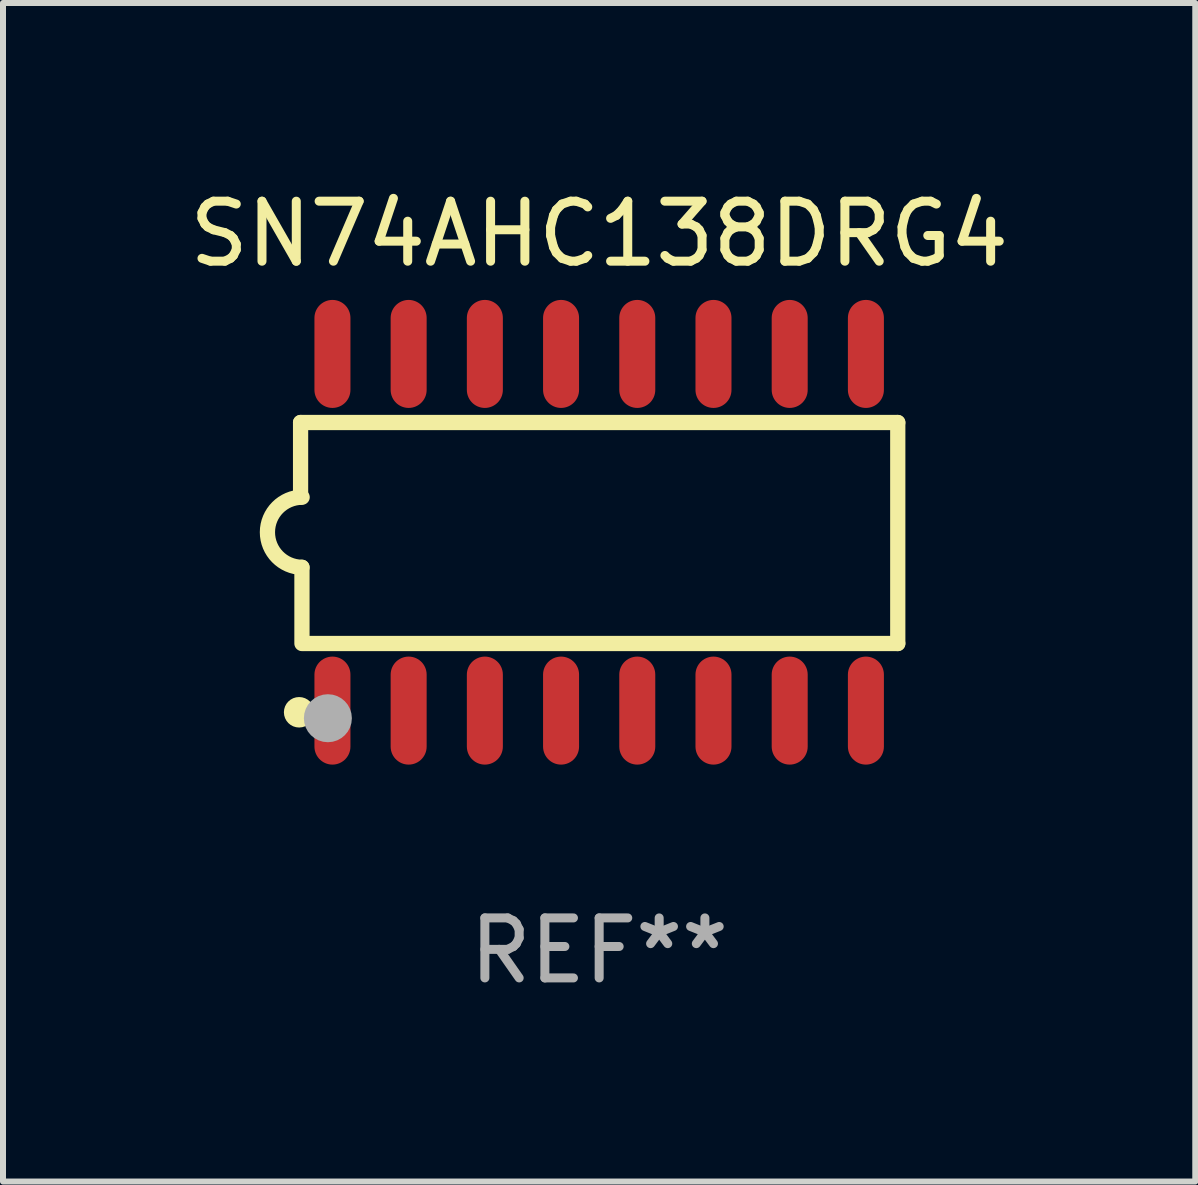
<source format=kicad_pcb>
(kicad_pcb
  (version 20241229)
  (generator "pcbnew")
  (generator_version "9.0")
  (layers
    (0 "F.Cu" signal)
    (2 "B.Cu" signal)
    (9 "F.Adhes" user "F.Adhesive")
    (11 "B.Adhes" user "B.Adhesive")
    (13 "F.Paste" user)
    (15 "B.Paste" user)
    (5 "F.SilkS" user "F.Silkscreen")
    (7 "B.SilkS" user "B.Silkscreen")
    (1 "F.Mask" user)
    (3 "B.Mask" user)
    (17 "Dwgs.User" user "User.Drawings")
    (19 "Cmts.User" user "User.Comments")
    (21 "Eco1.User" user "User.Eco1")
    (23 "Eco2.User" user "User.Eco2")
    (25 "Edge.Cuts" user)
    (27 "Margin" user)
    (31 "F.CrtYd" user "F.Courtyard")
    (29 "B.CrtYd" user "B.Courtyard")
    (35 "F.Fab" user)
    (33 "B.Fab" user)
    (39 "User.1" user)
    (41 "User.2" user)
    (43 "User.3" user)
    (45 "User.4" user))
  (footprint "SN74AHC138DRG4"
    (layer "F.Cu")
    (at 6.935 5.82)
    (property "Reference" "SN74AHC138DRG4" (at 0 -4.972 0) (layer "F.SilkS") (effects (font (size 1 1) (thickness 0.15))))
    (attr through_hole)
    (fp_line (start -4.976 -1.829) (end -4.976 -0.584) (stroke (width 0.254) (type solid)) (layer "F.SilkS"))
    (fp_line (start -4.953 0.584) (end -4.953 1.854) (stroke (width 0.254) (type solid)) (layer "F.SilkS"))
    (fp_line (start -4.928 1.854) (end 4.976 1.854) (stroke (width 0.254) (type solid)) (layer "F.SilkS"))
    (fp_line (start 4.976 -1.829) (end -4.976 -1.829) (stroke (width 0.254) (type solid)) (layer "F.SilkS"))
    (fp_line (start 4.976 1.854) (end 4.976 -1.829) (stroke (width 0.254) (type solid)) (layer "F.SilkS"))
    (fp_arc (start -4.95301 0.584201) (mid -5.533866 -0.00152) (end -4.950088 -0.584329) (stroke (width 0.254001) (type solid)) (layer "F.SilkS"))
    (fp_circle (center -5 3) (end -4.873 3) (stroke (width 0.254) (type solid)) (fill no) (layer "F.SilkS"))
    (fp_circle (center -4.521 3.099) (end -4.321 3.099) (stroke (width 0.4) (type solid)) (fill no) (layer "F.Fab"))
    (fp_text user "REF**" (at 0 6.972 0) (layer "F.Fab") (effects (font (size 1 1) (thickness 0.15))))
    (pad "1" smd oval (at -4.445 2.972 180) (size 0.6 1.8) (layers "F.Cu" "F.Mask" "F.Paste"))
    (pad "2" smd oval (at -3.175 2.972 180) (size 0.6 1.8) (layers "F.Cu" "F.Mask" "F.Paste"))
    (pad "3" smd oval (at -1.905 2.972 180) (size 0.6 1.8) (layers "F.Cu" "F.Mask" "F.Paste"))
    (pad "4" smd oval (at -0.635 2.972 180) (size 0.6 1.8) (layers "F.Cu" "F.Mask" "F.Paste"))
    (pad "5" smd oval (at 0.635 2.972 180) (size 0.6 1.8) (layers "F.Cu" "F.Mask" "F.Paste"))
    (pad "6" smd oval (at 1.905 2.972 180) (size 0.6 1.8) (layers "F.Cu" "F.Mask" "F.Paste"))
    (pad "7" smd oval (at 3.175 2.972 180) (size 0.6 1.8) (layers "F.Cu" "F.Mask" "F.Paste"))
    (pad "8" smd oval (at 4.445 2.972 180) (size 0.6 1.8) (layers "F.Cu" "F.Mask" "F.Paste"))
    (pad "9" smd oval (at 4.445 -2.972 180) (size 0.6 1.8) (layers "F.Cu" "F.Mask" "F.Paste"))
    (pad "10" smd oval (at 3.175 -2.972 180) (size 0.6 1.8) (layers "F.Cu" "F.Mask" "F.Paste"))
    (pad "11" smd oval (at 1.905 -2.972 180) (size 0.6 1.8) (layers "F.Cu" "F.Mask" "F.Paste"))
    (pad "12" smd oval (at 0.635 -2.972 180) (size 0.6 1.8) (layers "F.Cu" "F.Mask" "F.Paste"))
    (pad "13" smd oval (at -0.635 -2.972 180) (size 0.6 1.8) (layers "F.Cu" "F.Mask" "F.Paste"))
    (pad "14" smd oval (at -1.905 -2.972 180) (size 0.6 1.8) (layers "F.Cu" "F.Mask" "F.Paste"))
    (pad "15" smd oval (at -3.175 -2.972 180) (size 0.6 1.8) (layers "F.Cu" "F.Mask" "F.Paste"))
    (pad "16" smd oval (at -4.445 -2.972 180) (size 0.6 1.8) (layers "F.Cu" "F.Mask" "F.Paste")))
  (gr_rect
    (start -3 -3)
    (end 16.869 16.64)
    (stroke (width 0.1) (type default))
    (fill no)
    (layer "Edge.Cuts")))
</source>
